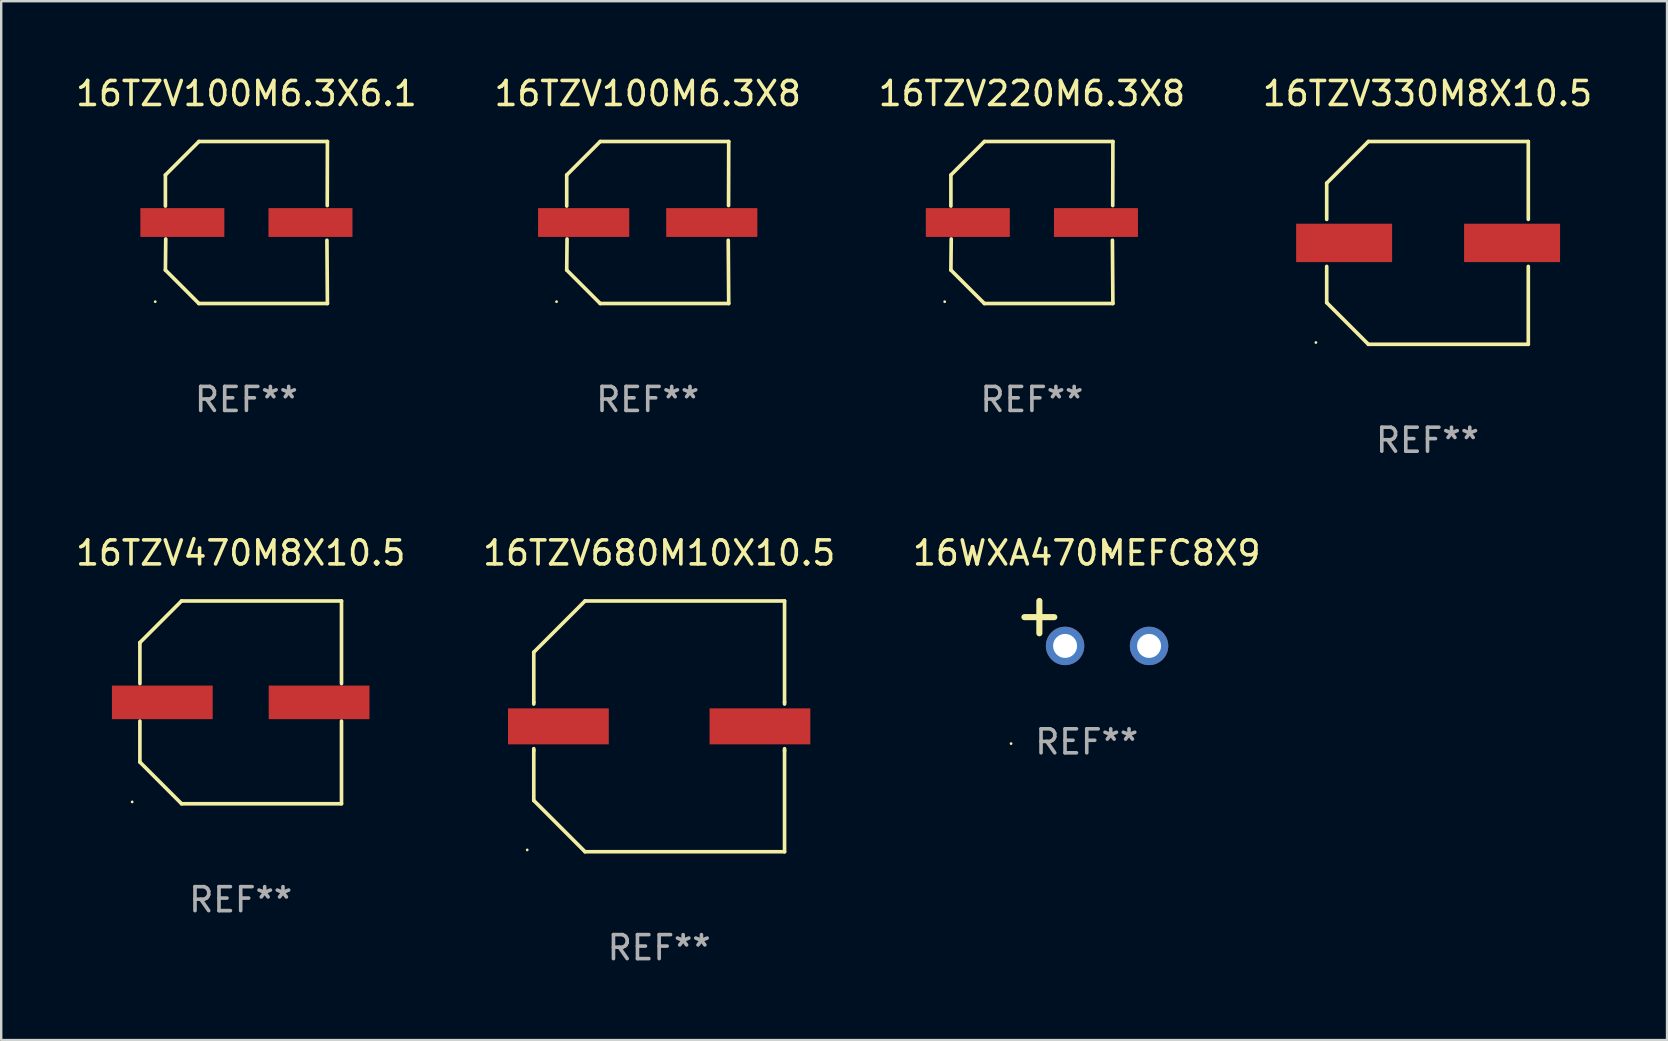
<source format=kicad_pcb>
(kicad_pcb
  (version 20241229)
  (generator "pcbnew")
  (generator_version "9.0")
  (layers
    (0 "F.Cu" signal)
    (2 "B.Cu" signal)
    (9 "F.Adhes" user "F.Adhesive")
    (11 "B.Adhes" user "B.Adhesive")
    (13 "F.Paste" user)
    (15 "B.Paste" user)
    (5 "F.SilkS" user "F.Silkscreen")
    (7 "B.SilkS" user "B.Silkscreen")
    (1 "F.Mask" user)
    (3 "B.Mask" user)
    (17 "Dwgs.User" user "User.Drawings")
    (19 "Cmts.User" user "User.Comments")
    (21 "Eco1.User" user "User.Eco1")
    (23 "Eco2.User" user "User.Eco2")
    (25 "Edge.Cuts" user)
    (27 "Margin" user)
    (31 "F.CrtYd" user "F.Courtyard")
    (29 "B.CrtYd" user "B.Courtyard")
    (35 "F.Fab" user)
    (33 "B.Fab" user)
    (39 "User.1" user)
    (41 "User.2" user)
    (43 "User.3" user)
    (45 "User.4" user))
  (footprint "16TZV100M6.3X6.1"
    (layer "F.Cu")
    (at 7.22 6.224)
    (property "Reference" "16TZV100M6.3X6.1" (at 0 -5.376 0) (layer "F.SilkS") (effects (font (size 1 1) (thickness 0.15))))
    (attr through_hole)
    (fp_line (start -3.376 -1.98) (end -3.376 -0.686) (stroke (width 0.152) (type solid)) (layer "F.SilkS"))
    (fp_line (start -3.376 1.981) (end -3.362 0.686) (stroke (width 0.152) (type solid)) (layer "F.SilkS"))
    (fp_line (start -1.981 3.376) (end -3.376 1.981) (stroke (width 0.152) (type solid)) (layer "F.SilkS"))
    (fp_line (start -1.98 -3.376) (end -3.376 -1.98) (stroke (width 0.152) (type solid)) (layer "F.SilkS"))
    (fp_line (start 3.356 0.74) (end 3.376 3.376) (stroke (width 0.152) (type solid)) (layer "F.SilkS"))
    (fp_line (start 3.369 -0.707) (end 3.376 -3.376) (stroke (width 0.152) (type solid)) (layer "F.SilkS"))
    (fp_line (start 3.376 3.376) (end -1.981 3.376) (stroke (width 0.152) (type solid)) (layer "F.SilkS"))
    (fp_line (start 3.376 -3.376) (end -1.98 -3.376) (stroke (width 0.152) (type solid)) (layer "F.SilkS"))
    (fp_circle (center -3.8 3.3) (end -3.77 3.3) (stroke (width 0.06) (type solid)) (fill no) (layer "F.SilkS"))
    (fp_text user "REF**" (at 0 7.376 0) (layer "F.Fab") (effects (font (size 1 1) (thickness 0.15))))
    (pad "1" smd rect (at -2.67 0.000203) (size 3.5 1.2) (layers "F.Cu" "F.Mask" "F.Paste"))
    (pad "2" smd rect (at 2.67 0.000203) (size 3.5 1.2) (layers "F.Cu" "F.Mask" "F.Paste")))
  (footprint "16TZV220M6.3X8"
    (layer "F.Cu")
    (at 39.958 6.224)
    (property "Reference" "16TZV220M6.3X8" (at 0 -5.376 0) (layer "F.SilkS") (effects (font (size 1 1) (thickness 0.15))))
    (attr through_hole)
    (fp_line (start -3.376 -1.98) (end -3.376 -0.686) (stroke (width 0.152) (type solid)) (layer "F.SilkS"))
    (fp_line (start -3.376 1.981) (end -3.362 0.686) (stroke (width 0.152) (type solid)) (layer "F.SilkS"))
    (fp_line (start -1.981 3.376) (end -3.376 1.981) (stroke (width 0.152) (type solid)) (layer "F.SilkS"))
    (fp_line (start -1.98 -3.376) (end -3.376 -1.98) (stroke (width 0.152) (type solid)) (layer "F.SilkS"))
    (fp_line (start 3.356 0.74) (end 3.376 3.376) (stroke (width 0.152) (type solid)) (layer "F.SilkS"))
    (fp_line (start 3.369 -0.707) (end 3.376 -3.376) (stroke (width 0.152) (type solid)) (layer "F.SilkS"))
    (fp_line (start 3.376 3.376) (end -1.981 3.376) (stroke (width 0.152) (type solid)) (layer "F.SilkS"))
    (fp_line (start 3.376 -3.376) (end -1.98 -3.376) (stroke (width 0.152) (type solid)) (layer "F.SilkS"))
    (fp_circle (center -3.634 3.3) (end -3.604 3.3) (stroke (width 0.06) (type solid)) (fill no) (layer "F.SilkS"))
    (fp_text user "REF**" (at 0 7.376 0) (layer "F.Fab") (effects (font (size 1 1) (thickness 0.15))))
    (pad "1" smd rect (at -2.67 0.000254) (size 3.5 1.2) (layers "F.Cu" "F.Mask" "F.Paste"))
    (pad "2" smd rect (at 2.67 0.000254) (size 3.5 1.2) (layers "F.Cu" "F.Mask" "F.Paste")))
  (footprint "16TZV330M8X10.5"
    (layer "F.Cu")
    (at 56.446 7.074)
    (property "Reference" "16TZV330M8X10.5" (at 0 -6.226 0) (layer "F.SilkS") (effects (font (size 1 1) (thickness 0.15))))
    (attr through_hole)
    (fp_line (start -4.201 -0.98) (end -4.201 -2.49) (stroke (width 0.152) (type solid)) (layer "F.SilkS"))
    (fp_line (start -4.201 2.49) (end -4.201 0.98) (stroke (width 0.152) (type solid)) (layer "F.SilkS"))
    (fp_line (start -2.465 -4.226) (end -4.201 -2.49) (stroke (width 0.152) (type solid)) (layer "F.SilkS"))
    (fp_line (start -2.465 4.226) (end -4.201 2.49) (stroke (width 0.152) (type solid)) (layer "F.SilkS"))
    (fp_line (start 4.201 -4.226) (end -2.465 -4.226) (stroke (width 0.152) (type solid)) (layer "F.SilkS"))
    (fp_line (start 4.201 -4.226) (end 4.201 -0.98) (stroke (width 0.152) (type solid)) (layer "F.SilkS"))
    (fp_line (start 4.201 0.98) (end 4.201 4.226) (stroke (width 0.152) (type solid)) (layer "F.SilkS"))
    (fp_line (start 4.201 4.226) (end -2.465 4.226) (stroke (width 0.152) (type solid)) (layer "F.SilkS"))
    (fp_circle (center -4.651 4.152) (end -4.621 4.152) (stroke (width 0.06) (type solid)) (fill no) (layer "F.SilkS"))
    (fp_text user "REF**" (at 0 8.226 0) (layer "F.Fab") (effects (font (size 1 1) (thickness 0.15))))
    (pad "1" smd rect (at -3.475 0.000076) (size 4 1.6) (layers "F.Cu" "F.Mask" "F.Paste"))
    (pad "2" smd rect (at 3.525 0.000076) (size 4 1.6) (layers "F.Cu" "F.Mask" "F.Paste")))
  (footprint "16TZV470M8X10.5"
    (layer "F.Cu")
    (at 6.982 26.223)
    (property "Reference" "16TZV470M8X10.5" (at 0 -6.226 0) (layer "F.SilkS") (effects (font (size 1 1) (thickness 0.15))))
    (attr through_hole)
    (fp_line (start -4.201 -2.49) (end -4.201 -0.782) (stroke (width 0.152) (type solid)) (layer "F.SilkS"))
    (fp_line (start -4.201 2.49) (end -4.201 0.782) (stroke (width 0.152) (type solid)) (layer "F.SilkS"))
    (fp_line (start -2.465 -4.226) (end -4.201 -2.49) (stroke (width 0.152) (type solid)) (layer "F.SilkS"))
    (fp_line (start -2.465 4.226) (end -4.201 2.49) (stroke (width 0.152) (type solid)) (layer "F.SilkS"))
    (fp_line (start 4.201 -4.226) (end -2.465 -4.226) (stroke (width 0.152) (type solid)) (layer "F.SilkS"))
    (fp_line (start 4.201 -0.782) (end 4.201 -4.226) (stroke (width 0.152) (type solid)) (layer "F.SilkS"))
    (fp_line (start 4.201 0.782) (end 4.201 4.226) (stroke (width 0.152) (type solid)) (layer "F.SilkS"))
    (fp_line (start 4.201 4.226) (end -2.465 4.226) (stroke (width 0.152) (type solid)) (layer "F.SilkS"))
    (fp_circle (center -4.524 4.15) (end -4.494 4.15) (stroke (width 0.06) (type solid)) (fill no) (layer "F.SilkS"))
    (fp_text user "REF**" (at 0 8.226 0) (layer "F.Fab") (effects (font (size 1 1) (thickness 0.15))))
    (pad "1" smd rect (at -3.267 0) (size 4.2 1.4) (layers "F.Cu" "F.Mask" "F.Paste"))
    (pad "2" smd rect (at 3.267 0) (size 4.2 1.4) (layers "F.Cu" "F.Mask" "F.Paste")))
  (footprint "16TZV100M6.3X8"
    (layer "F.Cu")
    (at 23.946 6.224)
    (property "Reference" "16TZV100M6.3X8" (at 0 -5.376 0) (layer "F.SilkS") (effects (font (size 1 1) (thickness 0.15))))
    (attr through_hole)
    (fp_line (start -3.376 -1.98) (end -3.376 -0.686) (stroke (width 0.152) (type solid)) (layer "F.SilkS"))
    (fp_line (start -3.376 1.981) (end -3.362 0.686) (stroke (width 0.152) (type solid)) (layer "F.SilkS"))
    (fp_line (start -1.981 3.376) (end -3.376 1.981) (stroke (width 0.152) (type solid)) (layer "F.SilkS"))
    (fp_line (start -1.98 -3.376) (end -3.376 -1.98) (stroke (width 0.152) (type solid)) (layer "F.SilkS"))
    (fp_line (start 3.356 0.74) (end 3.376 3.376) (stroke (width 0.152) (type solid)) (layer "F.SilkS"))
    (fp_line (start 3.369 -0.707) (end 3.376 -3.376) (stroke (width 0.152) (type solid)) (layer "F.SilkS"))
    (fp_line (start 3.376 3.376) (end -1.981 3.376) (stroke (width 0.152) (type solid)) (layer "F.SilkS"))
    (fp_line (start 3.376 -3.376) (end -1.98 -3.376) (stroke (width 0.152) (type solid)) (layer "F.SilkS"))
    (fp_circle (center -3.8 3.3) (end -3.77 3.3) (stroke (width 0.06) (type solid)) (fill no) (layer "F.SilkS"))
    (fp_text user "REF**" (at 0 7.376 0) (layer "F.Fab") (effects (font (size 1 1) (thickness 0.15))))
    (pad "1" smd rect (at -2.67 0.000254) (size 3.8 1.2) (layers "F.Cu" "F.Mask" "F.Paste"))
    (pad "2" smd rect (at 2.67 0.000254) (size 3.8 1.2) (layers "F.Cu" "F.Mask" "F.Paste")))
  (footprint "16TZV680M10X10.5"
    (layer "F.Cu")
    (at 24.423 27.223)
    (property "Reference" "16TZV680M10X10.5" (at 0 -7.226 0) (layer "F.SilkS") (effects (font (size 1 1) (thickness 0.15))))
    (attr through_hole)
    (fp_line (start -5.226 -3.09) (end -5.226 -1.005) (stroke (width 0.152) (type solid)) (layer "F.SilkS"))
    (fp_line (start -5.226 -1.005) (end -5.226 -0.93) (stroke (width 0.152) (type solid)) (layer "F.SilkS"))
    (fp_line (start -5.226 0.93) (end -5.226 1.005) (stroke (width 0.152) (type solid)) (layer "F.SilkS"))
    (fp_line (start -5.226 1.005) (end -5.226 3.09) (stroke (width 0.152) (type solid)) (layer "F.SilkS"))
    (fp_line (start -3.09 -5.226) (end -5.226 -3.09) (stroke (width 0.152) (type solid)) (layer "F.SilkS"))
    (fp_line (start -3.09 5.226) (end -5.226 3.09) (stroke (width 0.152) (type solid)) (layer "F.SilkS"))
    (fp_line (start 5.226 -5.226) (end -3.09 -5.226) (stroke (width 0.152) (type solid)) (layer "F.SilkS"))
    (fp_line (start 5.226 -5.226) (end 5.226 -1.005) (stroke (width 0.152) (type solid)) (layer "F.SilkS"))
    (fp_line (start 5.226 -1.005) (end 5.226 -0.93) (stroke (width 0.152) (type solid)) (layer "F.SilkS"))
    (fp_line (start 5.226 0.93) (end 5.226 1.016) (stroke (width 0.152) (type solid)) (layer "F.SilkS"))
    (fp_line (start 5.226 1.005) (end 5.226 5.226) (stroke (width 0.152) (type solid)) (layer "F.SilkS"))
    (fp_line (start 5.226 5.226) (end -3.09 5.226) (stroke (width 0.152) (type solid)) (layer "F.SilkS"))
    (fp_circle (center -5.5 5.15) (end -5.47 5.15) (stroke (width 0.06) (type solid)) (fill no) (layer "F.SilkS"))
    (fp_text user "REF**" (at 0 9.226 0) (layer "F.Fab") (effects (font (size 1 1) (thickness 0.15))))
    (pad "1" smd rect (at -4.2 0.000165) (size 4.2 1.5) (layers "F.Cu" "F.Mask" "F.Paste"))
    (pad "2" smd rect (at 4.2 0.000165) (size 4.2 1.5) (layers "F.Cu" "F.Mask" "F.Paste")))
  (footprint "16WXA470MEFC8X9"
    (layer "F.Cu")
    (at 42.244 22.934)
    (property "Reference" "16WXA470MEFC8X9" (at 0 -2.937 0) (layer "F.SilkS") (effects (font (size 1 1) (thickness 0.15))))
    (attr through_hole)
    (fp_line (start -1.975 0.41) (end -1.975 -0.937) (stroke (width 0.254) (type solid)) (layer "F.SilkS"))
    (fp_line (start -1.353 -0.263) (end -2.597 -0.263) (stroke (width 0.254) (type solid)) (layer "F.SilkS"))
    (fp_arc (start 0.849809 -3.063957) (mid 0.885369 -3.064114) (end 0.920929 -3.063957) (stroke (width 0.254001) (type solid)) (layer "F.SilkS"))
    (fp_circle (center -3.154 5.008) (end -3.124 5.008) (stroke (width 0.06) (type solid)) (fill no) (layer "F.SilkS"))
    (fp_text user "REF**" (at 0 4.937 0) (layer "F.Fab") (effects (font (size 1 1) (thickness 0.15))))
    (pad "1" thru_hole circle (at -0.903 0.937) (size 1.6 1.6) (drill 1) (layers "*.Cu" "*.Mask"))
    (pad "2" thru_hole circle (at 2.597 0.937) (size 1.6 1.6) (drill 1) (layers "*.Cu" "*.Mask")))
  (gr_rect
    (start -3 -3)
    (end 66.429 40.298)
    (stroke (width 0.1) (type default))
    (fill no)
    (layer "Edge.Cuts")))
</source>
